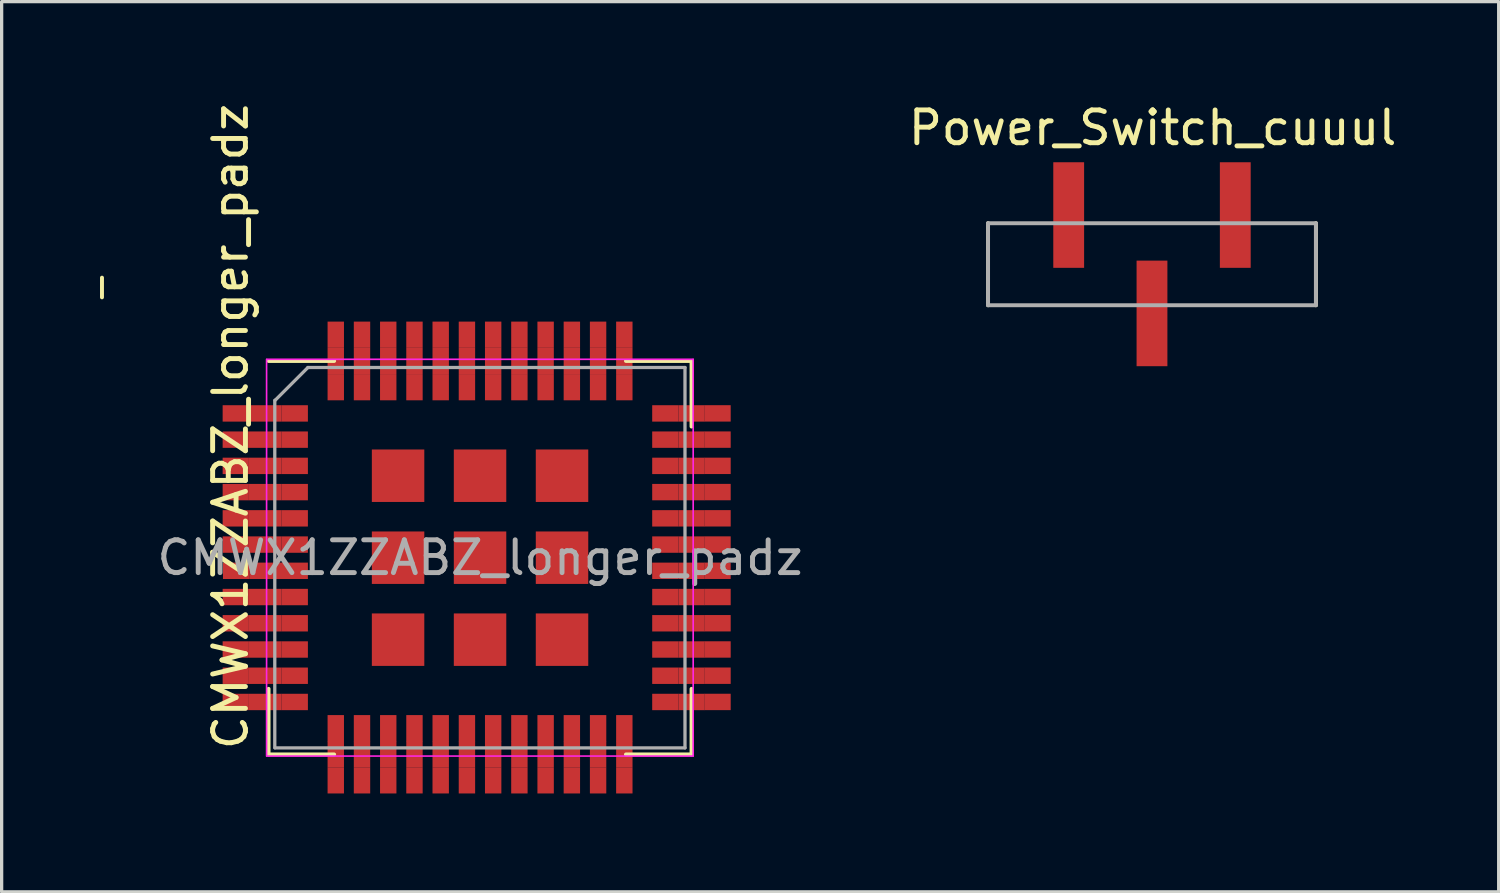
<source format=kicad_pcb>
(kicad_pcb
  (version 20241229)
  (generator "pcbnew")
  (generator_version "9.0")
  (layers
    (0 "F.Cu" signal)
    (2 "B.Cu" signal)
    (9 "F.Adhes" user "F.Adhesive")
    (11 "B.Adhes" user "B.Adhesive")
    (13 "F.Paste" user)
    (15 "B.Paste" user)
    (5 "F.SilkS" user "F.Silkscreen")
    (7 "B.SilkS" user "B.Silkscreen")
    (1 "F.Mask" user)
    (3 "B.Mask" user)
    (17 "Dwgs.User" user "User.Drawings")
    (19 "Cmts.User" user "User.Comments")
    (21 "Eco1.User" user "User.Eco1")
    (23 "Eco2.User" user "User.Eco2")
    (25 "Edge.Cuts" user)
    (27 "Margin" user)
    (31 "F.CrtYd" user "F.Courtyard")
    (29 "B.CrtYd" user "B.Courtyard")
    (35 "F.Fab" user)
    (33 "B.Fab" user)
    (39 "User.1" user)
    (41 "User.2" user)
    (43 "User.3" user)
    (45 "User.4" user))
  (footprint "Power_Switch_cuuul"
    (layer "F.Cu")
    (at 32.082 5.008)
    (property "Reference" "Power_Switch_cuuul" (at 0.02 -4.16 0) (layer "F.SilkS") (effects (font (size 1 1) (thickness 0.15))))
    (attr through_hole)
    (fp_line (start -5 -1.25) (end -5 1.25) (stroke (width 0.12) (type solid)) (layer "F.SilkS"))
    (fp_line (start 5 1.25) (end 5 -1.25) (stroke (width 0.12) (type solid)) (layer "F.SilkS"))
    (fp_line (start -5 -1.25) (end -5 1.25) (stroke (width 0.12) (type solid)) (layer "F.Fab"))
    (fp_line (start -5 -1.25) (end 5 -1.25) (stroke (width 0.12) (type solid)) (layer "F.Fab"))
    (fp_line (start -5 1.25) (end 5 1.25) (stroke (width 0.12) (type solid)) (layer "F.Fab"))
    (fp_line (start 5 1.25) (end 5 -1.25) (stroke (width 0.12) (type solid)) (layer "F.Fab"))
    (pad "1" smd rect (at 2.54 -1.5) (size 0.94 3.22) (layers "F.Cu" "F.Mask" "F.Paste"))
    (pad "2" smd rect (at 0 1.5) (size 0.94 3.22) (layers "F.Cu" "F.Mask" "F.Paste"))
    (pad "3" smd rect (at -2.54 -1.5) (size 0.94 3.22) (layers "F.Cu" "F.Mask" "F.Paste")))
  (footprint "CMWX1ZZABZ_longer_padz"
    (layer "F.Cu")
    (at 11.52 13.908)
    (property "Reference" "CMWX1ZZABZ_longer_padz" (at -7.54 -3.95 270) (layer "F.SilkS") (effects (font (size 1 1) (thickness 0.15))))
    (attr smd)
    (fp_line (start -11.46 -8.49) (end -11.46 -7.89) (stroke (width 0.12) (type solid)) (layer "F.SilkS"))
    (fp_line (start -6.38 -5.95) (end -4.38 -5.95) (stroke (width 0.12) (type solid)) (layer "F.SilkS"))
    (fp_line (start -6.38 4.05) (end -6.38 6.05) (stroke (width 0.12) (type solid)) (layer "F.SilkS"))
    (fp_line (start -6.38 6.05) (end -4.38 6.05) (stroke (width 0.12) (type solid)) (layer "F.SilkS"))
    (fp_line (start 4.52 -5.95) (end 6.52 -5.95) (stroke (width 0.12) (type solid)) (layer "F.SilkS"))
    (fp_line (start 4.52 6.05) (end 6.52 6.05) (stroke (width 0.12) (type solid)) (layer "F.SilkS"))
    (fp_line (start 6.52 -5.95) (end 6.52 -3.95) (stroke (width 0.12) (type solid)) (layer "F.SilkS"))
    (fp_line (start 6.52 4.05) (end 6.52 6.05) (stroke (width 0.12) (type solid)) (layer "F.SilkS"))
    (fp_line (start -6.44 6.1) (end -6.44 -6) (stroke (width 0.05) (type solid)) (layer "F.CrtYd"))
    (fp_line (start -6.43 -6) (end 6.57 -6) (stroke (width 0.05) (type solid)) (layer "F.CrtYd"))
    (fp_line (start -6.43 6.1) (end 6.57 6.1) (stroke (width 0.05) (type solid)) (layer "F.CrtYd"))
    (fp_line (start 6.57 -6) (end 6.57 6.1) (stroke (width 0.05) (type solid)) (layer "F.CrtYd"))
    (fp_line (start -6.19 -4.75) (end -6.19 5.85) (stroke (width 0.1) (type solid)) (layer "F.Fab"))
    (fp_line (start -6.18 5.85) (end 6.32 5.85) (stroke (width 0.1) (type solid)) (layer "F.Fab"))
    (fp_line (start -5.18 -5.75) (end -6.18 -4.75) (stroke (width 0.1) (type solid)) (layer "F.Fab"))
    (fp_line (start -5.18 -5.75) (end 6.32 -5.75) (stroke (width 0.1) (type solid)) (layer "F.Fab"))
    (fp_line (start 6.32 -5.75) (end 6.32 5.85) (stroke (width 0.1) (type solid)) (layer "F.Fab"))
    (fp_text user "${REFERENCE}" (at 0.07 0.05 0) (layer "F.Fab") (effects (font (size 1 1) (thickness 0.15))))
    (pad "1" smd rect (at -7.38 -4.35) (size 0.8 0.5) (layers "F.Cu" "F.Mask" "F.Paste"))
    (pad "1" smd rect (at -6.48 -4.35) (size 1 0.5) (layers "F.Cu"))
    (pad "1" smd rect (at -5.58 -4.35) (size 0.8 0.5) (layers "F.Cu" "F.Mask" "F.Paste"))
    (pad "2" smd rect (at -7.38 -3.55) (size 0.8 0.5) (layers "F.Cu" "F.Mask" "F.Paste"))
    (pad "2" smd rect (at -6.48 -3.55) (size 1 0.5) (layers "F.Cu"))
    (pad "2" smd rect (at -5.58 -3.55) (size 0.8 0.5) (layers "F.Cu" "F.Mask" "F.Paste"))
    (pad "3" smd rect (at -7.38 -2.75) (size 0.8 0.5) (layers "F.Cu" "F.Mask" "F.Paste"))
    (pad "3" smd rect (at -6.48 -2.75) (size 1 0.5) (layers "F.Cu"))
    (pad "3" smd rect (at -5.58 -2.75) (size 0.8 0.5) (layers "F.Cu" "F.Mask" "F.Paste"))
    (pad "4" smd rect (at -7.38 -1.95) (size 0.8 0.5) (layers "F.Cu" "F.Mask" "F.Paste"))
    (pad "4" smd rect (at -6.48 -1.95) (size 1 0.5) (layers "F.Cu"))
    (pad "4" smd rect (at -5.58 -1.95) (size 0.8 0.5) (layers "F.Cu" "F.Mask" "F.Paste"))
    (pad "5" smd rect (at -7.38 -1.15) (size 0.8 0.5) (layers "F.Cu" "F.Mask" "F.Paste"))
    (pad "5" smd rect (at -6.48 -1.15) (size 1 0.5) (layers "F.Cu"))
    (pad "5" smd rect (at -5.58 -1.15) (size 0.8 0.5) (layers "F.Cu" "F.Mask" "F.Paste"))
    (pad "6" smd rect (at -7.38 -0.35) (size 0.8 0.5) (layers "F.Cu" "F.Mask" "F.Paste"))
    (pad "6" smd rect (at -6.48 -0.35) (size 1 0.5) (layers "F.Cu"))
    (pad "6" smd rect (at -5.58 -0.35) (size 0.8 0.5) (layers "F.Cu" "F.Mask" "F.Paste"))
    (pad "7" smd rect (at -7.37 0.45) (size 0.8 0.5) (layers "F.Cu" "F.Mask" "F.Paste"))
    (pad "7" smd rect (at -6.47 0.45) (size 1 0.5) (layers "F.Cu"))
    (pad "7" smd rect (at -5.58 0.45) (size 0.8 0.5) (layers "F.Cu" "F.Mask" "F.Paste"))
    (pad "8" smd rect (at -7.38 1.25) (size 0.8 0.5) (layers "F.Cu" "F.Mask" "F.Paste"))
    (pad "8" smd rect (at -6.48 1.25) (size 1 0.5) (layers "F.Cu"))
    (pad "8" smd rect (at -5.58 1.25) (size 0.8 0.5) (layers "F.Cu" "F.Mask" "F.Paste"))
    (pad "9" smd rect (at -7.38 2.05) (size 0.8 0.5) (layers "F.Cu" "F.Mask" "F.Paste"))
    (pad "9" smd rect (at -6.48 2.05) (size 1 0.5) (layers "F.Cu"))
    (pad "9" smd rect (at -5.58 2.05) (size 0.8 0.5) (layers "F.Cu" "F.Mask" "F.Paste"))
    (pad "10" smd rect (at -7.38 2.85) (size 0.8 0.5) (layers "F.Cu" "F.Mask" "F.Paste"))
    (pad "10" smd rect (at -6.48 2.85) (size 1 0.5) (layers "F.Cu"))
    (pad "10" smd rect (at -5.58 2.85) (size 0.8 0.5) (layers "F.Cu" "F.Mask" "F.Paste"))
    (pad "11" smd rect (at -7.38 3.65) (size 0.8 0.5) (layers "F.Cu" "F.Mask" "F.Paste"))
    (pad "11" smd rect (at -6.48 3.65) (size 1 0.5) (layers "F.Cu"))
    (pad "11" smd rect (at -5.58 3.65) (size 0.8 0.5) (layers "F.Cu" "F.Mask" "F.Paste"))
    (pad "12" smd rect (at -7.38 4.45) (size 0.8 0.5) (layers "F.Cu" "F.Mask" "F.Paste"))
    (pad "12" smd rect (at -6.48 4.45) (size 1 0.5) (layers "F.Cu"))
    (pad "12" smd rect (at -5.58 4.45) (size 0.8 0.5) (layers "F.Cu" "F.Mask" "F.Paste"))
    (pad "13" smd rect (at -4.33 5.25 90) (size 0.8 0.5) (layers "F.Cu" "F.Mask" "F.Paste"))
    (pad "13" smd rect (at -4.33 6.04 90) (size 0.8 0.5) (layers "F.Cu"))
    (pad "13" smd rect (at -4.33 6.84 90) (size 0.8 0.5) (layers "F.Cu" "F.Mask" "F.Paste"))
    (pad "14" smd rect (at -3.53 5.25 90) (size 0.8 0.5) (layers "F.Cu" "F.Mask" "F.Paste"))
    (pad "14" smd rect (at -3.53 6.04 90) (size 0.8 0.5) (layers "F.Cu"))
    (pad "14" smd rect (at -3.53 6.84 90) (size 0.8 0.5) (layers "F.Cu" "F.Mask" "F.Paste"))
    (pad "15" smd rect (at -2.73 5.25 90) (size 0.8 0.5) (layers "F.Cu" "F.Mask" "F.Paste"))
    (pad "15" smd rect (at -2.73 6.04 90) (size 0.8 0.5) (layers "F.Cu"))
    (pad "15" smd rect (at -2.73 6.84 90) (size 0.8 0.5) (layers "F.Cu" "F.Mask" "F.Paste"))
    (pad "16" smd rect (at -1.93 5.25 90) (size 0.8 0.5) (layers "F.Cu" "F.Mask" "F.Paste"))
    (pad "16" smd rect (at -1.93 6.04 90) (size 0.8 0.5) (layers "F.Cu"))
    (pad "16" smd rect (at -1.93 6.84 90) (size 0.8 0.5) (layers "F.Cu" "F.Mask" "F.Paste"))
    (pad "17" smd rect (at -1.13 5.25 90) (size 0.8 0.5) (layers "F.Cu" "F.Mask" "F.Paste"))
    (pad "17" smd rect (at -1.13 6.04 90) (size 0.8 0.5) (layers "F.Cu"))
    (pad "17" smd rect (at -1.13 6.84 90) (size 0.8 0.5) (layers "F.Cu" "F.Mask" "F.Paste"))
    (pad "18" smd rect (at -0.33 5.25 90) (size 0.8 0.5) (layers "F.Cu" "F.Mask" "F.Paste"))
    (pad "18" smd rect (at -0.33 6.04 90) (size 0.8 0.5) (layers "F.Cu"))
    (pad "18" smd rect (at -0.33 6.84 90) (size 0.8 0.5) (layers "F.Cu" "F.Mask" "F.Paste"))
    (pad "19" smd rect (at 0.47 5.25 90) (size 0.8 0.5) (layers "F.Cu" "F.Mask" "F.Paste"))
    (pad "19" smd rect (at 0.47 6.04 90) (size 0.8 0.5) (layers "F.Cu"))
    (pad "19" smd rect (at 0.47 6.84 90) (size 0.8 0.5) (layers "F.Cu" "F.Mask" "F.Paste"))
    (pad "20" smd rect (at 1.27 5.25 270) (size 0.8 0.5) (layers "F.Cu" "F.Mask" "F.Paste"))
    (pad "20" smd rect (at 1.27 6.04 270) (size 0.8 0.5) (layers "F.Cu"))
    (pad "20" smd rect (at 1.27 6.84 270) (size 0.8 0.5) (layers "F.Cu" "F.Mask" "F.Paste"))
    (pad "21" smd rect (at 2.07 5.25 270) (size 0.8 0.5) (layers "F.Cu" "F.Mask" "F.Paste"))
    (pad "21" smd rect (at 2.07 6.04 270) (size 0.8 0.5) (layers "F.Cu"))
    (pad "21" smd rect (at 2.07 6.84 270) (size 0.8 0.5) (layers "F.Cu" "F.Mask" "F.Paste"))
    (pad "22" smd rect (at 2.87 5.25 270) (size 0.8 0.5) (layers "F.Cu" "F.Mask" "F.Paste"))
    (pad "22" smd rect (at 2.87 6.04 270) (size 0.8 0.5) (layers "F.Cu"))
    (pad "22" smd rect (at 2.87 6.84 270) (size 0.8 0.5) (layers "F.Cu" "F.Mask" "F.Paste"))
    (pad "23" smd rect (at 3.67 5.25 270) (size 0.8 0.5) (layers "F.Cu" "F.Mask" "F.Paste"))
    (pad "23" smd rect (at 3.67 6.04 270) (size 0.8 0.5) (layers "F.Cu"))
    (pad "23" smd rect (at 3.67 6.84 270) (size 0.8 0.5) (layers "F.Cu" "F.Mask" "F.Paste"))
    (pad "24" smd rect (at 4.47 5.25 270) (size 0.8 0.5) (layers "F.Cu" "F.Mask" "F.Paste"))
    (pad "24" smd rect (at 4.47 6.04 270) (size 0.8 0.5) (layers "F.Cu"))
    (pad "24" smd rect (at 4.47 6.84 270) (size 0.8 0.5) (layers "F.Cu" "F.Mask" "F.Paste"))
    (pad "25" smd rect (at 5.72 4.45) (size 0.8 0.5) (layers "F.Cu" "F.Mask" "F.Paste"))
    (pad "25" smd rect (at 6.52 4.45) (size 0.8 0.5) (layers "F.Cu"))
    (pad "25" smd rect (at 7.314 4.449) (size 0.8 0.5) (layers "F.Cu" "F.Mask" "F.Paste"))
    (pad "26" smd rect (at 5.72 3.65) (size 0.8 0.5) (layers "F.Cu" "F.Mask" "F.Paste"))
    (pad "26" smd rect (at 6.52 3.65) (size 0.8 0.5) (layers "F.Cu"))
    (pad "26" smd rect (at 7.314 3.649) (size 0.8 0.5) (layers "F.Cu" "F.Mask" "F.Paste"))
    (pad "27" smd rect (at 5.72 2.85) (size 0.8 0.5) (layers "F.Cu" "F.Mask" "F.Paste"))
    (pad "27" smd rect (at 6.52 2.85) (size 0.8 0.5) (layers "F.Cu"))
    (pad "27" smd rect (at 7.314 2.849) (size 0.8 0.5) (layers "F.Cu" "F.Mask" "F.Paste"))
    (pad "28" smd rect (at 5.72 2.05) (size 0.8 0.5) (layers "F.Cu" "F.Mask" "F.Paste"))
    (pad "28" smd rect (at 6.52 2.05) (size 0.8 0.5) (layers "F.Cu"))
    (pad "28" smd rect (at 7.314 2.049) (size 0.8 0.5) (layers "F.Cu" "F.Mask" "F.Paste"))
    (pad "29" smd rect (at 5.72 1.25) (size 0.8 0.5) (layers "F.Cu" "F.Mask" "F.Paste"))
    (pad "29" smd rect (at 6.52 1.25) (size 0.8 0.5) (layers "F.Cu"))
    (pad "29" smd rect (at 7.314 1.249) (size 0.8 0.5) (layers "F.Cu" "F.Mask" "F.Paste"))
    (pad "30" smd rect (at 5.72 0.45) (size 0.8 0.5) (layers "F.Cu" "F.Mask" "F.Paste"))
    (pad "30" smd rect (at 6.52 0.45) (size 0.8 0.5) (layers "F.Cu"))
    (pad "30" smd rect (at 7.314 0.449) (size 0.8 0.5) (layers "F.Cu" "F.Mask" "F.Paste"))
    (pad "31" smd rect (at 5.72 -0.35) (size 0.8 0.5) (layers "F.Cu" "F.Mask" "F.Paste"))
    (pad "31" smd rect (at 6.52 -0.35) (size 0.8 0.5) (layers "F.Cu"))
    (pad "31" smd rect (at 7.314 -0.351) (size 0.8 0.5) (layers "F.Cu" "F.Mask" "F.Paste"))
    (pad "32" smd rect (at 5.72 -1.15) (size 0.8 0.5) (layers "F.Cu" "F.Mask" "F.Paste"))
    (pad "32" smd rect (at 6.52 -1.15) (size 0.8 0.5) (layers "F.Cu"))
    (pad "32" smd rect (at 7.314 -1.151) (size 0.8 0.5) (layers "F.Cu" "F.Mask" "F.Paste"))
    (pad "33" smd rect (at 5.72 -1.95) (size 0.8 0.5) (layers "F.Cu" "F.Mask" "F.Paste"))
    (pad "33" smd rect (at 6.52 -1.95) (size 0.8 0.5) (layers "F.Cu"))
    (pad "33" smd rect (at 7.314 -1.951) (size 0.8 0.5) (layers "F.Cu" "F.Mask" "F.Paste"))
    (pad "34" smd rect (at 5.72 -2.75) (size 0.8 0.5) (layers "F.Cu" "F.Mask" "F.Paste"))
    (pad "34" smd rect (at 6.52 -2.75) (size 0.8 0.5) (layers "F.Cu"))
    (pad "34" smd rect (at 7.314 -2.751) (size 0.8 0.5) (layers "F.Cu" "F.Mask" "F.Paste"))
    (pad "35" smd rect (at 5.72 -3.55) (size 0.8 0.5) (layers "F.Cu" "F.Mask" "F.Paste"))
    (pad "35" smd rect (at 6.52 -3.55) (size 0.8 0.5) (layers "F.Cu"))
    (pad "35" smd rect (at 7.314 -3.551) (size 0.8 0.5) (layers "F.Cu" "F.Mask" "F.Paste"))
    (pad "36" smd rect (at 5.72 -4.35) (size 0.8 0.5) (layers "F.Cu" "F.Mask" "F.Paste"))
    (pad "36" smd rect (at 6.52 -4.35) (size 0.8 0.5) (layers "F.Cu"))
    (pad "36" smd rect (at 7.314 -4.351) (size 0.8 0.5) (layers "F.Cu" "F.Mask" "F.Paste"))
    (pad "37" smd rect (at 4.47 -6.75 90) (size 0.8 0.5) (layers "F.Cu" "F.Mask" "F.Paste"))
    (pad "37" smd rect (at 4.47 -5.95 90) (size 0.8 0.5) (layers "F.Cu"))
    (pad "37" smd rect (at 4.47 -5.15 90) (size 0.8 0.5) (layers "F.Cu" "F.Mask" "F.Paste"))
    (pad "38" smd rect (at 3.67 -6.75 90) (size 0.8 0.5) (layers "F.Cu" "F.Mask" "F.Paste"))
    (pad "38" smd rect (at 3.67 -5.95 90) (size 0.8 0.5) (layers "F.Cu"))
    (pad "38" smd rect (at 3.67 -5.15 90) (size 0.8 0.5) (layers "F.Cu" "F.Mask" "F.Paste"))
    (pad "39" smd rect (at 2.87 -6.75 90) (size 0.8 0.5) (layers "F.Cu" "F.Mask" "F.Paste"))
    (pad "39" smd rect (at 2.87 -5.95 90) (size 0.8 0.5) (layers "F.Cu"))
    (pad "39" smd rect (at 2.87 -5.15 90) (size 0.8 0.5) (layers "F.Cu" "F.Mask" "F.Paste"))
    (pad "40" smd rect (at 2.07 -6.75 90) (size 0.8 0.5) (layers "F.Cu" "F.Mask" "F.Paste"))
    (pad "40" smd rect (at 2.07 -5.95 90) (size 0.8 0.5) (layers "F.Cu"))
    (pad "40" smd rect (at 2.07 -5.15 90) (size 0.8 0.5) (layers "F.Cu" "F.Mask" "F.Paste"))
    (pad "41" smd rect (at 1.27 -6.75 90) (size 0.8 0.5) (layers "F.Cu" "F.Mask" "F.Paste"))
    (pad "41" smd rect (at 1.27 -5.95 90) (size 0.8 0.5) (layers "F.Cu"))
    (pad "41" smd rect (at 1.27 -5.15 90) (size 0.8 0.5) (layers "F.Cu" "F.Mask" "F.Paste"))
    (pad "42" smd rect (at 0.47 -6.75 90) (size 0.8 0.5) (layers "F.Cu" "F.Mask" "F.Paste"))
    (pad "42" smd rect (at 0.47 -5.95 90) (size 0.8 0.5) (layers "F.Cu"))
    (pad "42" smd rect (at 0.47 -5.15 90) (size 0.8 0.5) (layers "F.Cu" "F.Mask" "F.Paste"))
    (pad "43" smd rect (at -0.33 -6.75 90) (size 0.8 0.5) (layers "F.Cu" "F.Mask" "F.Paste"))
    (pad "43" smd rect (at -0.33 -5.95 90) (size 0.8 0.5) (layers "F.Cu"))
    (pad "43" smd rect (at -0.33 -5.15 90) (size 0.8 0.5) (layers "F.Cu" "F.Mask" "F.Paste"))
    (pad "44" smd rect (at -1.13 -6.75 90) (size 0.8 0.5) (layers "F.Cu" "F.Mask" "F.Paste"))
    (pad "44" smd rect (at -1.13 -5.95 90) (size 0.8 0.5) (layers "F.Cu"))
    (pad "44" smd rect (at -1.13 -5.15 90) (size 0.8 0.5) (layers "F.Cu" "F.Mask" "F.Paste"))
    (pad "45" smd rect (at -1.93 -6.75 90) (size 0.8 0.5) (layers "F.Cu" "F.Mask" "F.Paste"))
    (pad "45" smd rect (at -1.93 -5.95 90) (size 0.8 0.5) (layers "F.Cu"))
    (pad "45" smd rect (at -1.93 -5.15 90) (size 0.8 0.5) (layers "F.Cu" "F.Mask" "F.Paste"))
    (pad "46" smd rect (at -2.73 -6.75 90) (size 0.8 0.5) (layers "F.Cu" "F.Mask" "F.Paste"))
    (pad "46" smd rect (at -2.73 -5.95 90) (size 0.8 0.5) (layers "F.Cu"))
    (pad "46" smd rect (at -2.73 -5.15 90) (size 0.8 0.5) (layers "F.Cu" "F.Mask" "F.Paste"))
    (pad "47" smd rect (at -3.53 -6.75 90) (size 0.8 0.5) (layers "F.Cu" "F.Mask" "F.Paste"))
    (pad "47" smd rect (at -3.53 -5.95 90) (size 0.8 0.5) (layers "F.Cu"))
    (pad "47" smd rect (at -3.53 -5.15 90) (size 0.8 0.5) (layers "F.Cu" "F.Mask" "F.Paste"))
    (pad "48" smd rect (at -4.33 -6.75 90) (size 0.8 0.5) (layers "F.Cu" "F.Mask" "F.Paste"))
    (pad "48" smd rect (at -4.33 -5.95 90) (size 0.8 0.5) (layers "F.Cu"))
    (pad "48" smd rect (at -4.33 -5.15 90) (size 0.8 0.5) (layers "F.Cu" "F.Mask" "F.Paste"))
    (pad "49" smd rect (at -2.43 -2.45 90) (size 1.6 1.6) (layers "F.Cu" "F.Mask" "F.Paste"))
    (pad "50" smd rect (at 0.07 -2.45 90) (size 1.6 1.6) (layers "F.Cu" "F.Mask" "F.Paste"))
    (pad "51" smd rect (at 2.57 -2.45 90) (size 1.6 1.6) (layers "F.Cu" "F.Mask" "F.Paste"))
    (pad "52" smd rect (at -2.43 0.05 90) (size 1.6 1.6) (layers "F.Cu" "F.Mask" "F.Paste"))
    (pad "53" smd rect (at 0.07 0.05 90) (size 1.6 1.6) (layers "F.Cu" "F.Mask" "F.Paste"))
    (pad "54" smd rect (at 2.57 0.05 90) (size 1.6 1.6) (layers "F.Cu" "F.Mask" "F.Paste"))
    (pad "55" smd rect (at -2.43 2.55 90) (size 1.6 1.6) (layers "F.Cu" "F.Mask" "F.Paste"))
    (pad "56" smd rect (at 0.07 2.55 90) (size 1.6 1.6) (layers "F.Cu" "F.Mask" "F.Paste"))
    (pad "57" smd rect (at 2.57 2.55 90) (size 1.6 1.6) (layers "F.Cu" "F.Mask" "F.Paste")))
  (gr_rect
    (start -3 -3)
    (end 42.655 24.148)
    (stroke (width 0.1) (type default))
    (fill no)
    (layer "Edge.Cuts")))
</source>
